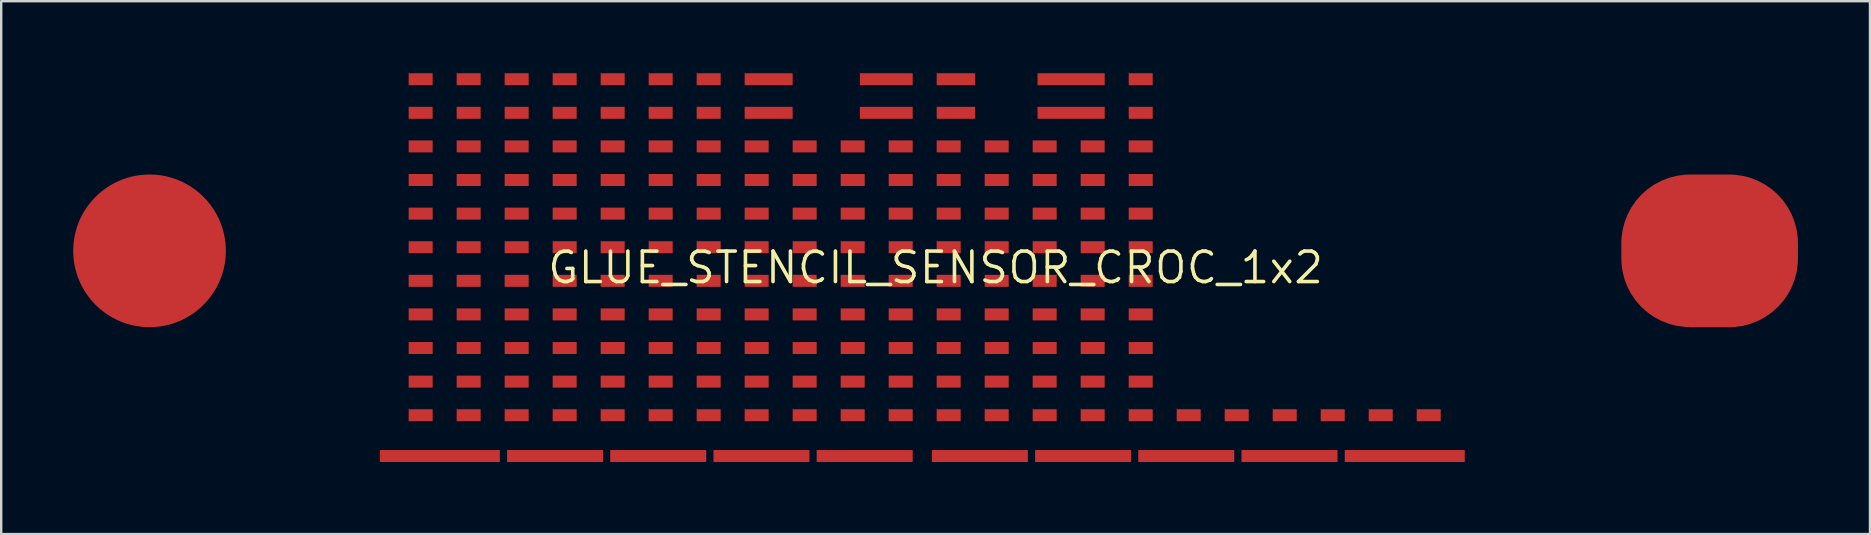
<source format=kicad_pcb>
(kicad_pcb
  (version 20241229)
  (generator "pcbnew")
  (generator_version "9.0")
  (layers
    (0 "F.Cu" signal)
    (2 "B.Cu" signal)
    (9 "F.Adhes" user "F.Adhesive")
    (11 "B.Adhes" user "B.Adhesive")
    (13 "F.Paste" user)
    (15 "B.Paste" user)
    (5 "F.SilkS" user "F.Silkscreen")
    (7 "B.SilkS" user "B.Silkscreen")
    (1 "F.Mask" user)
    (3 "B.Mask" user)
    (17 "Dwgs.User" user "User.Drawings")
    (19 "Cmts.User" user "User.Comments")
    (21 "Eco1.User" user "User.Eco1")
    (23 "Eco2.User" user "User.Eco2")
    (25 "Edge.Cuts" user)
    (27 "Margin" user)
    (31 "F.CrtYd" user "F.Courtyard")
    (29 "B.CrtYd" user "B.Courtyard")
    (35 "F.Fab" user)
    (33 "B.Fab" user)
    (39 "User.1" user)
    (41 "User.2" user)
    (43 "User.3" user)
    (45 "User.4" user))
  (footprint "GLUE_STENCIL_SENSOR_CROC_1x2"
    (layer "F.Cu")
    (at 35.93 8.1)
    (property "Reference" "GLUE_STENCIL_SENSOR_CROC_1x2" (at 0 0 0) (layer "F.SilkS") (effects (font (size 1.27 1.27) (thickness 0.15))))
    (attr through_hole)
    (pad "1" smd circle (at -32.75 -0.699) (size 6.36 6.36) (layers "F.Cu" "F.Mask" "F.Paste"))
    (pad "2" smd rect (at -21.454 6.15) (size 1 0.5) (layers "F.Cu" "F.Mask" "F.Paste"))
    (pad "3" smd rect (at -21.454 3.35) (size 1 0.5) (layers "F.Cu" "F.Mask" "F.Paste"))
    (pad "4" smd rect (at -21.454 4.75) (size 1 0.5) (layers "F.Cu" "F.Mask" "F.Paste"))
    (pad "5" smd rect (at -21.454 0.55) (size 1 0.5) (layers "F.Cu" "F.Mask" "F.Paste"))
    (pad "6" smd rect (at -21.454 1.95) (size 1 0.5) (layers "F.Cu" "F.Mask" "F.Paste"))
    (pad "7" smd rect (at -21.454 -0.85) (size 1 0.5) (layers "F.Cu" "F.Mask" "F.Paste"))
    (pad "8" smd rect (at -21.454 -3.65) (size 1 0.5) (layers "F.Cu" "F.Mask" "F.Paste"))
    (pad "9" smd rect (at -21.454 -2.25) (size 1 0.5) (layers "F.Cu" "F.Mask" "F.Paste"))
    (pad "10" smd rect (at -21.454 -6.45) (size 1 0.5) (layers "F.Cu" "F.Mask" "F.Paste"))
    (pad "11" smd rect (at -21.454 -5.05) (size 1 0.5) (layers "F.Cu" "F.Mask" "F.Paste"))
    (pad "12" smd rect (at -21.454 -7.85) (size 1 0.5) (layers "F.Cu" "F.Mask" "F.Paste"))
    (pad "13" smd rect (at -20.654 7.85) (size 5 0.5) (layers "F.Cu" "F.Mask" "F.Paste"))
    (pad "14" smd rect (at -19.454 6.15) (size 1 0.5) (layers "F.Cu" "F.Mask" "F.Paste"))
    (pad "15" smd rect (at -19.454 3.35) (size 1 0.5) (layers "F.Cu" "F.Mask" "F.Paste"))
    (pad "16" smd rect (at -19.454 4.75) (size 1 0.5) (layers "F.Cu" "F.Mask" "F.Paste"))
    (pad "17" smd rect (at -19.454 0.55) (size 1 0.5) (layers "F.Cu" "F.Mask" "F.Paste"))
    (pad "18" smd rect (at -19.454 1.95) (size 1 0.5) (layers "F.Cu" "F.Mask" "F.Paste"))
    (pad "19" smd rect (at -19.454 -0.85) (size 1 0.5) (layers "F.Cu" "F.Mask" "F.Paste"))
    (pad "20" smd rect (at -19.454 -3.65) (size 1 0.5) (layers "F.Cu" "F.Mask" "F.Paste"))
    (pad "21" smd rect (at -19.454 -2.25) (size 1 0.5) (layers "F.Cu" "F.Mask" "F.Paste"))
    (pad "22" smd rect (at -19.454 -6.45) (size 1 0.5) (layers "F.Cu" "F.Mask" "F.Paste"))
    (pad "23" smd rect (at -19.454 -5.05) (size 1 0.5) (layers "F.Cu" "F.Mask" "F.Paste"))
    (pad "24" smd rect (at -19.454 -7.85) (size 1 0.5) (layers "F.Cu" "F.Mask" "F.Paste"))
    (pad "25" smd rect (at -17.454 6.15) (size 1 0.5) (layers "F.Cu" "F.Mask" "F.Paste"))
    (pad "26" smd rect (at -17.454 3.35) (size 1 0.5) (layers "F.Cu" "F.Mask" "F.Paste"))
    (pad "27" smd rect (at -17.454 4.75) (size 1 0.5) (layers "F.Cu" "F.Mask" "F.Paste"))
    (pad "28" smd rect (at -17.454 0.55) (size 1 0.5) (layers "F.Cu" "F.Mask" "F.Paste"))
    (pad "29" smd rect (at -17.454 1.95) (size 1 0.5) (layers "F.Cu" "F.Mask" "F.Paste"))
    (pad "30" smd rect (at -17.454 -0.85) (size 1 0.5) (layers "F.Cu" "F.Mask" "F.Paste"))
    (pad "31" smd rect (at -17.454 -3.65) (size 1 0.5) (layers "F.Cu" "F.Mask" "F.Paste"))
    (pad "32" smd rect (at -17.454 -2.25) (size 1 0.5) (layers "F.Cu" "F.Mask" "F.Paste"))
    (pad "33" smd rect (at -17.454 -6.45) (size 1 0.5) (layers "F.Cu" "F.Mask" "F.Paste"))
    (pad "34" smd rect (at -17.454 -5.05) (size 1 0.5) (layers "F.Cu" "F.Mask" "F.Paste"))
    (pad "35" smd rect (at -17.454 -7.85) (size 1 0.5) (layers "F.Cu" "F.Mask" "F.Paste"))
    (pad "36" smd rect (at -15.854 7.85) (size 4 0.5) (layers "F.Cu" "F.Mask" "F.Paste"))
    (pad "37" smd rect (at -15.454 6.15) (size 1 0.5) (layers "F.Cu" "F.Mask" "F.Paste"))
    (pad "38" smd rect (at -15.454 3.35) (size 1 0.5) (layers "F.Cu" "F.Mask" "F.Paste"))
    (pad "39" smd rect (at -15.454 4.75) (size 1 0.5) (layers "F.Cu" "F.Mask" "F.Paste"))
    (pad "40" smd rect (at -15.454 0.55) (size 1 0.5) (layers "F.Cu" "F.Mask" "F.Paste"))
    (pad "41" smd rect (at -15.454 1.95) (size 1 0.5) (layers "F.Cu" "F.Mask" "F.Paste"))
    (pad "42" smd rect (at -15.454 -0.85) (size 1 0.5) (layers "F.Cu" "F.Mask" "F.Paste"))
    (pad "43" smd rect (at -15.454 -3.65) (size 1 0.5) (layers "F.Cu" "F.Mask" "F.Paste"))
    (pad "44" smd rect (at -15.454 -2.25) (size 1 0.5) (layers "F.Cu" "F.Mask" "F.Paste"))
    (pad "45" smd rect (at -15.454 -6.45) (size 1 0.5) (layers "F.Cu" "F.Mask" "F.Paste"))
    (pad "46" smd rect (at -15.454 -5.05) (size 1 0.5) (layers "F.Cu" "F.Mask" "F.Paste"))
    (pad "47" smd rect (at -15.454 -7.85) (size 1 0.5) (layers "F.Cu" "F.Mask" "F.Paste"))
    (pad "48" smd rect (at -13.454 6.15) (size 1 0.5) (layers "F.Cu" "F.Mask" "F.Paste"))
    (pad "49" smd rect (at -13.454 3.35) (size 1 0.5) (layers "F.Cu" "F.Mask" "F.Paste"))
    (pad "50" smd rect (at -13.454 4.75) (size 1 0.5) (layers "F.Cu" "F.Mask" "F.Paste"))
    (pad "51" smd rect (at -13.454 0.55) (size 1 0.5) (layers "F.Cu" "F.Mask" "F.Paste"))
    (pad "52" smd rect (at -13.454 1.95) (size 1 0.5) (layers "F.Cu" "F.Mask" "F.Paste"))
    (pad "53" smd rect (at -13.454 -0.85) (size 1 0.5) (layers "F.Cu" "F.Mask" "F.Paste"))
    (pad "54" smd rect (at -13.454 -3.65) (size 1 0.5) (layers "F.Cu" "F.Mask" "F.Paste"))
    (pad "55" smd rect (at -13.454 -2.25) (size 1 0.5) (layers "F.Cu" "F.Mask" "F.Paste"))
    (pad "56" smd rect (at -13.454 -6.45) (size 1 0.5) (layers "F.Cu" "F.Mask" "F.Paste"))
    (pad "57" smd rect (at -13.454 -5.05) (size 1 0.5) (layers "F.Cu" "F.Mask" "F.Paste"))
    (pad "58" smd rect (at -13.454 -7.85) (size 1 0.5) (layers "F.Cu" "F.Mask" "F.Paste"))
    (pad "59" smd rect (at -11.555 7.85) (size 4 0.5) (layers "F.Cu" "F.Mask" "F.Paste"))
    (pad "60" smd rect (at -11.454 6.15) (size 1 0.5) (layers "F.Cu" "F.Mask" "F.Paste"))
    (pad "61" smd rect (at -11.454 3.35) (size 1 0.5) (layers "F.Cu" "F.Mask" "F.Paste"))
    (pad "62" smd rect (at -11.454 4.75) (size 1 0.5) (layers "F.Cu" "F.Mask" "F.Paste"))
    (pad "63" smd rect (at -11.454 0.55) (size 1 0.5) (layers "F.Cu" "F.Mask" "F.Paste"))
    (pad "64" smd rect (at -11.454 1.95) (size 1 0.5) (layers "F.Cu" "F.Mask" "F.Paste"))
    (pad "65" smd rect (at -11.454 -0.85) (size 1 0.5) (layers "F.Cu" "F.Mask" "F.Paste"))
    (pad "66" smd rect (at -11.454 -3.65) (size 1 0.5) (layers "F.Cu" "F.Mask" "F.Paste"))
    (pad "67" smd rect (at -11.454 -2.25) (size 1 0.5) (layers "F.Cu" "F.Mask" "F.Paste"))
    (pad "68" smd rect (at -11.454 -6.45) (size 1 0.5) (layers "F.Cu" "F.Mask" "F.Paste"))
    (pad "69" smd rect (at -11.454 -5.05) (size 1 0.5) (layers "F.Cu" "F.Mask" "F.Paste"))
    (pad "70" smd rect (at -11.454 -7.85) (size 1 0.5) (layers "F.Cu" "F.Mask" "F.Paste"))
    (pad "71" smd rect (at -9.454 6.15) (size 1 0.5) (layers "F.Cu" "F.Mask" "F.Paste"))
    (pad "72" smd rect (at -9.454 3.35) (size 1 0.5) (layers "F.Cu" "F.Mask" "F.Paste"))
    (pad "73" smd rect (at -9.454 4.75) (size 1 0.5) (layers "F.Cu" "F.Mask" "F.Paste"))
    (pad "74" smd rect (at -9.454 0.55) (size 1 0.5) (layers "F.Cu" "F.Mask" "F.Paste"))
    (pad "75" smd rect (at -9.454 1.95) (size 1 0.5) (layers "F.Cu" "F.Mask" "F.Paste"))
    (pad "76" smd rect (at -9.454 -0.85) (size 1 0.5) (layers "F.Cu" "F.Mask" "F.Paste"))
    (pad "77" smd rect (at -9.454 -3.65) (size 1 0.5) (layers "F.Cu" "F.Mask" "F.Paste"))
    (pad "78" smd rect (at -9.454 -2.25) (size 1 0.5) (layers "F.Cu" "F.Mask" "F.Paste"))
    (pad "79" smd rect (at -9.454 -6.45) (size 1 0.5) (layers "F.Cu" "F.Mask" "F.Paste"))
    (pad "80" smd rect (at -9.454 -5.05) (size 1 0.5) (layers "F.Cu" "F.Mask" "F.Paste"))
    (pad "81" smd rect (at -9.454 -7.85) (size 1 0.5) (layers "F.Cu" "F.Mask" "F.Paste"))
    (pad "82" smd rect (at -7.455 6.15) (size 1 0.5) (layers "F.Cu" "F.Mask" "F.Paste"))
    (pad "83" smd rect (at -7.455 3.35) (size 1 0.5) (layers "F.Cu" "F.Mask" "F.Paste"))
    (pad "84" smd rect (at -7.455 4.75) (size 1 0.5) (layers "F.Cu" "F.Mask" "F.Paste"))
    (pad "85" smd rect (at -7.455 0.55) (size 1 0.5) (layers "F.Cu" "F.Mask" "F.Paste"))
    (pad "86" smd rect (at -7.455 1.95) (size 1 0.5) (layers "F.Cu" "F.Mask" "F.Paste"))
    (pad "87" smd rect (at -7.455 -0.85) (size 1 0.5) (layers "F.Cu" "F.Mask" "F.Paste"))
    (pad "88" smd rect (at -7.455 -3.65) (size 1 0.5) (layers "F.Cu" "F.Mask" "F.Paste"))
    (pad "89" smd rect (at -7.455 -2.25) (size 1 0.5) (layers "F.Cu" "F.Mask" "F.Paste"))
    (pad "90" smd rect (at -7.455 -5.05) (size 1 0.5) (layers "F.Cu" "F.Mask" "F.Paste"))
    (pad "91" smd rect (at -6.955 -7.85) (size 2 0.5) (layers "F.Cu" "F.Mask" "F.Paste"))
    (pad "92" smd rect (at -7.255 7.85) (size 4 0.5) (layers "F.Cu" "F.Mask" "F.Paste"))
    (pad "93" smd rect (at -5.455 6.15) (size 1 0.5) (layers "F.Cu" "F.Mask" "F.Paste"))
    (pad "94" smd rect (at -5.455 3.35) (size 1 0.5) (layers "F.Cu" "F.Mask" "F.Paste"))
    (pad "95" smd rect (at -5.455 4.75) (size 1 0.5) (layers "F.Cu" "F.Mask" "F.Paste"))
    (pad "96" smd rect (at -5.455 0.55) (size 1 0.5) (layers "F.Cu" "F.Mask" "F.Paste"))
    (pad "97" smd rect (at -5.455 1.95) (size 1 0.5) (layers "F.Cu" "F.Mask" "F.Paste"))
    (pad "98" smd rect (at -5.455 -0.85) (size 1 0.5) (layers "F.Cu" "F.Mask" "F.Paste"))
    (pad "99" smd rect (at -5.455 -3.65) (size 1 0.5) (layers "F.Cu" "F.Mask" "F.Paste"))
    (pad "100" smd rect (at -5.455 -2.25) (size 1 0.5) (layers "F.Cu" "F.Mask" "F.Paste"))
    (pad "101" smd rect (at -3.454 6.15) (size 1 0.5) (layers "F.Cu" "F.Mask" "F.Paste"))
    (pad "102" smd rect (at -3.454 3.35) (size 1 0.5) (layers "F.Cu" "F.Mask" "F.Paste"))
    (pad "103" smd rect (at -3.454 4.75) (size 1 0.5) (layers "F.Cu" "F.Mask" "F.Paste"))
    (pad "104" smd rect (at -3.454 0.55) (size 1 0.5) (layers "F.Cu" "F.Mask" "F.Paste"))
    (pad "105" smd rect (at -3.454 1.95) (size 1 0.5) (layers "F.Cu" "F.Mask" "F.Paste"))
    (pad "106" smd rect (at -3.454 -0.85) (size 1 0.5) (layers "F.Cu" "F.Mask" "F.Paste"))
    (pad "107" smd rect (at -3.454 -3.65) (size 1 0.5) (layers "F.Cu" "F.Mask" "F.Paste"))
    (pad "108" smd rect (at -3.454 -2.25) (size 1 0.5) (layers "F.Cu" "F.Mask" "F.Paste"))
    (pad "109" smd rect (at -6.955 -6.45) (size 2 0.5) (layers "F.Cu" "F.Mask" "F.Paste"))
    (pad "110" smd rect (at -3.454 -5.05) (size 1 0.5) (layers "F.Cu" "F.Mask" "F.Paste"))
    (pad "111" smd rect (at -5.455 -5.05) (size 1 0.5) (layers "F.Cu" "F.Mask" "F.Paste"))
    (pad "112" smd rect (at -2.954 7.85) (size 4 0.5) (layers "F.Cu" "F.Mask" "F.Paste"))
    (pad "113" smd rect (at -1.454 6.15) (size 1 0.5) (layers "F.Cu" "F.Mask" "F.Paste"))
    (pad "114" smd rect (at -1.454 3.35) (size 1 0.5) (layers "F.Cu" "F.Mask" "F.Paste"))
    (pad "115" smd rect (at -1.454 4.75) (size 1 0.5) (layers "F.Cu" "F.Mask" "F.Paste"))
    (pad "116" smd rect (at -1.454 0.55) (size 1 0.5) (layers "F.Cu" "F.Mask" "F.Paste"))
    (pad "117" smd rect (at -1.454 1.95) (size 1 0.5) (layers "F.Cu" "F.Mask" "F.Paste"))
    (pad "118" smd rect (at -1.454 -0.85) (size 1 0.5) (layers "F.Cu" "F.Mask" "F.Paste"))
    (pad "119" smd rect (at -1.454 -3.65) (size 1 0.5) (layers "F.Cu" "F.Mask" "F.Paste"))
    (pad "120" smd rect (at -1.454 -2.25) (size 1 0.5) (layers "F.Cu" "F.Mask" "F.Paste"))
    (pad "121" smd rect (at -2.054 -6.45) (size 2.2 0.5) (layers "F.Cu" "F.Mask" "F.Paste"))
    (pad "122" smd rect (at -1.454 -5.05) (size 1 0.5) (layers "F.Cu" "F.Mask" "F.Paste"))
    (pad "123" smd rect (at -2.054 -7.85) (size 2.2 0.5) (layers "F.Cu" "F.Mask" "F.Paste"))
    (pad "124" smd rect (at 0.545 6.15) (size 1 0.5) (layers "F.Cu" "F.Mask" "F.Paste"))
    (pad "125" smd rect (at 0.545 3.35) (size 1 0.5) (layers "F.Cu" "F.Mask" "F.Paste"))
    (pad "126" smd rect (at 0.545 4.75) (size 1 0.5) (layers "F.Cu" "F.Mask" "F.Paste"))
    (pad "127" smd rect (at 0.545 0.55) (size 1 0.5) (layers "F.Cu" "F.Mask" "F.Paste"))
    (pad "128" smd rect (at 0.545 1.95) (size 1 0.5) (layers "F.Cu" "F.Mask" "F.Paste"))
    (pad "129" smd rect (at 0.545 -0.85) (size 1 0.5) (layers "F.Cu" "F.Mask" "F.Paste"))
    (pad "130" smd rect (at 0.545 -3.65) (size 1 0.5) (layers "F.Cu" "F.Mask" "F.Paste"))
    (pad "131" smd rect (at 0.545 -2.25) (size 1 0.5) (layers "F.Cu" "F.Mask" "F.Paste"))
    (pad "132" smd rect (at 0.846 -6.45) (size 1.6 0.5) (layers "F.Cu" "F.Mask" "F.Paste"))
    (pad "133" smd rect (at 0.545 -5.05) (size 1 0.5) (layers "F.Cu" "F.Mask" "F.Paste"))
    (pad "134" smd rect (at 0.846 -7.85) (size 1.6 0.5) (layers "F.Cu" "F.Mask" "F.Paste"))
    (pad "135" smd rect (at 1.845 7.85) (size 4 0.5) (layers "F.Cu" "F.Mask" "F.Paste"))
    (pad "136" smd rect (at 2.546 6.15) (size 1 0.5) (layers "F.Cu" "F.Mask" "F.Paste"))
    (pad "137" smd rect (at 2.546 3.35) (size 1 0.5) (layers "F.Cu" "F.Mask" "F.Paste"))
    (pad "138" smd rect (at 2.546 4.75) (size 1 0.5) (layers "F.Cu" "F.Mask" "F.Paste"))
    (pad "139" smd rect (at 2.546 0.55) (size 1 0.5) (layers "F.Cu" "F.Mask" "F.Paste"))
    (pad "140" smd rect (at 2.546 1.95) (size 1 0.5) (layers "F.Cu" "F.Mask" "F.Paste"))
    (pad "141" smd rect (at 2.546 -0.85) (size 1 0.5) (layers "F.Cu" "F.Mask" "F.Paste"))
    (pad "142" smd rect (at 2.546 -3.65) (size 1 0.5) (layers "F.Cu" "F.Mask" "F.Paste"))
    (pad "143" smd rect (at 2.546 -2.25) (size 1 0.5) (layers "F.Cu" "F.Mask" "F.Paste"))
    (pad "144" smd rect (at 5.646 -6.45) (size 2.8 0.5) (layers "F.Cu" "F.Mask" "F.Paste"))
    (pad "145" smd rect (at 2.546 -5.05) (size 1 0.5) (layers "F.Cu" "F.Mask" "F.Paste"))
    (pad "146" smd rect (at 4.545 -5.05) (size 1 0.5) (layers "F.Cu" "F.Mask" "F.Paste"))
    (pad "147" smd rect (at 4.545 6.15) (size 1 0.5) (layers "F.Cu" "F.Mask" "F.Paste"))
    (pad "148" smd rect (at 4.545 3.35) (size 1 0.5) (layers "F.Cu" "F.Mask" "F.Paste"))
    (pad "149" smd rect (at 4.545 4.75) (size 1 0.5) (layers "F.Cu" "F.Mask" "F.Paste"))
    (pad "150" smd rect (at 4.545 0.55) (size 1 0.5) (layers "F.Cu" "F.Mask" "F.Paste"))
    (pad "151" smd rect (at 4.545 1.95) (size 1 0.5) (layers "F.Cu" "F.Mask" "F.Paste"))
    (pad "152" smd rect (at 4.545 -0.85) (size 1 0.5) (layers "F.Cu" "F.Mask" "F.Paste"))
    (pad "153" smd rect (at 4.545 -3.65) (size 1 0.5) (layers "F.Cu" "F.Mask" "F.Paste"))
    (pad "154" smd rect (at 4.545 -2.25) (size 1 0.5) (layers "F.Cu" "F.Mask" "F.Paste"))
    (pad "155" smd rect (at 6.146 7.85) (size 4 0.5) (layers "F.Cu" "F.Mask" "F.Paste"))
    (pad "156" smd rect (at 6.545 6.15) (size 1 0.5) (layers "F.Cu" "F.Mask" "F.Paste"))
    (pad "157" smd rect (at 6.545 3.35) (size 1 0.5) (layers "F.Cu" "F.Mask" "F.Paste"))
    (pad "158" smd rect (at 6.545 4.75) (size 1 0.5) (layers "F.Cu" "F.Mask" "F.Paste"))
    (pad "159" smd rect (at 6.545 0.55) (size 1 0.5) (layers "F.Cu" "F.Mask" "F.Paste"))
    (pad "160" smd rect (at 6.545 1.95) (size 1 0.5) (layers "F.Cu" "F.Mask" "F.Paste"))
    (pad "161" smd rect (at 6.545 -0.85) (size 1 0.5) (layers "F.Cu" "F.Mask" "F.Paste"))
    (pad "162" smd rect (at 6.545 -3.65) (size 1 0.5) (layers "F.Cu" "F.Mask" "F.Paste"))
    (pad "163" smd rect (at 6.545 -2.25) (size 1 0.5) (layers "F.Cu" "F.Mask" "F.Paste"))
    (pad "164" smd rect (at 6.545 -5.05) (size 1 0.5) (layers "F.Cu" "F.Mask" "F.Paste"))
    (pad "165" smd rect (at 5.646 -7.85) (size 2.8 0.5) (layers "F.Cu" "F.Mask" "F.Paste"))
    (pad "166" smd rect (at 8.546 6.15) (size 1 0.5) (layers "F.Cu" "F.Mask" "F.Paste"))
    (pad "167" smd rect (at 8.546 4.75) (size 1 0.5) (layers "F.Cu" "F.Mask" "F.Paste"))
    (pad "168" smd rect (at 8.546 3.35) (size 1 0.5) (layers "F.Cu" "F.Mask" "F.Paste"))
    (pad "169" smd rect (at 8.546 1.95) (size 1 0.5) (layers "F.Cu" "F.Mask" "F.Paste"))
    (pad "170" smd rect (at 8.546 0.55) (size 1 0.5) (layers "F.Cu" "F.Mask" "F.Paste"))
    (pad "171" smd rect (at 8.546 -0.85) (size 1 0.5) (layers "F.Cu" "F.Mask" "F.Paste"))
    (pad "172" smd rect (at 8.546 -2.25) (size 1 0.5) (layers "F.Cu" "F.Mask" "F.Paste"))
    (pad "173" smd rect (at 8.546 -3.65) (size 1 0.5) (layers "F.Cu" "F.Mask" "F.Paste"))
    (pad "174" smd rect (at 8.546 -5.05) (size 1 0.5) (layers "F.Cu" "F.Mask" "F.Paste"))
    (pad "175" smd rect (at 8.546 -6.45) (size 1 0.5) (layers "F.Cu" "F.Mask" "F.Paste"))
    (pad "176" smd rect (at 8.546 -7.85) (size 1 0.5) (layers "F.Cu" "F.Mask" "F.Paste"))
    (pad "177" smd rect (at 10.445 7.85) (size 4 0.5) (layers "F.Cu" "F.Mask" "F.Paste"))
    (pad "178" smd rect (at 10.546 6.15) (size 1 0.5) (layers "F.Cu" "F.Mask" "F.Paste"))
    (pad "179" smd rect (at 12.546 6.15) (size 1 0.5) (layers "F.Cu" "F.Mask" "F.Paste"))
    (pad "180" smd rect (at 14.546 6.15) (size 1 0.5) (layers "F.Cu" "F.Mask" "F.Paste"))
    (pad "181" smd rect (at 14.745 7.85) (size 4 0.5) (layers "F.Cu" "F.Mask" "F.Paste"))
    (pad "182" smd rect (at 16.546 6.15) (size 1 0.5) (layers "F.Cu" "F.Mask" "F.Paste"))
    (pad "183" smd rect (at 18.546 6.15) (size 1 0.5) (layers "F.Cu" "F.Mask" "F.Paste"))
    (pad "184" smd rect (at 19.546 7.85) (size 5 0.5) (layers "F.Cu" "F.Mask" "F.Paste"))
    (pad "185" smd rect (at 20.546 6.15) (size 1 0.5) (layers "F.Cu" "F.Mask" "F.Paste"))
    (pad "186" smd roundrect (at 32.25 -0.699) (size 7.36 6.36) (layers "F.Cu" "F.Mask" "F.Paste") (roundrect_rratio 0.45)))
  (gr_rect
    (start -3 -3)
    (end 74.86 19.2)
    (stroke (width 0.1) (type default))
    (fill no)
    (layer "Edge.Cuts")))
</source>
